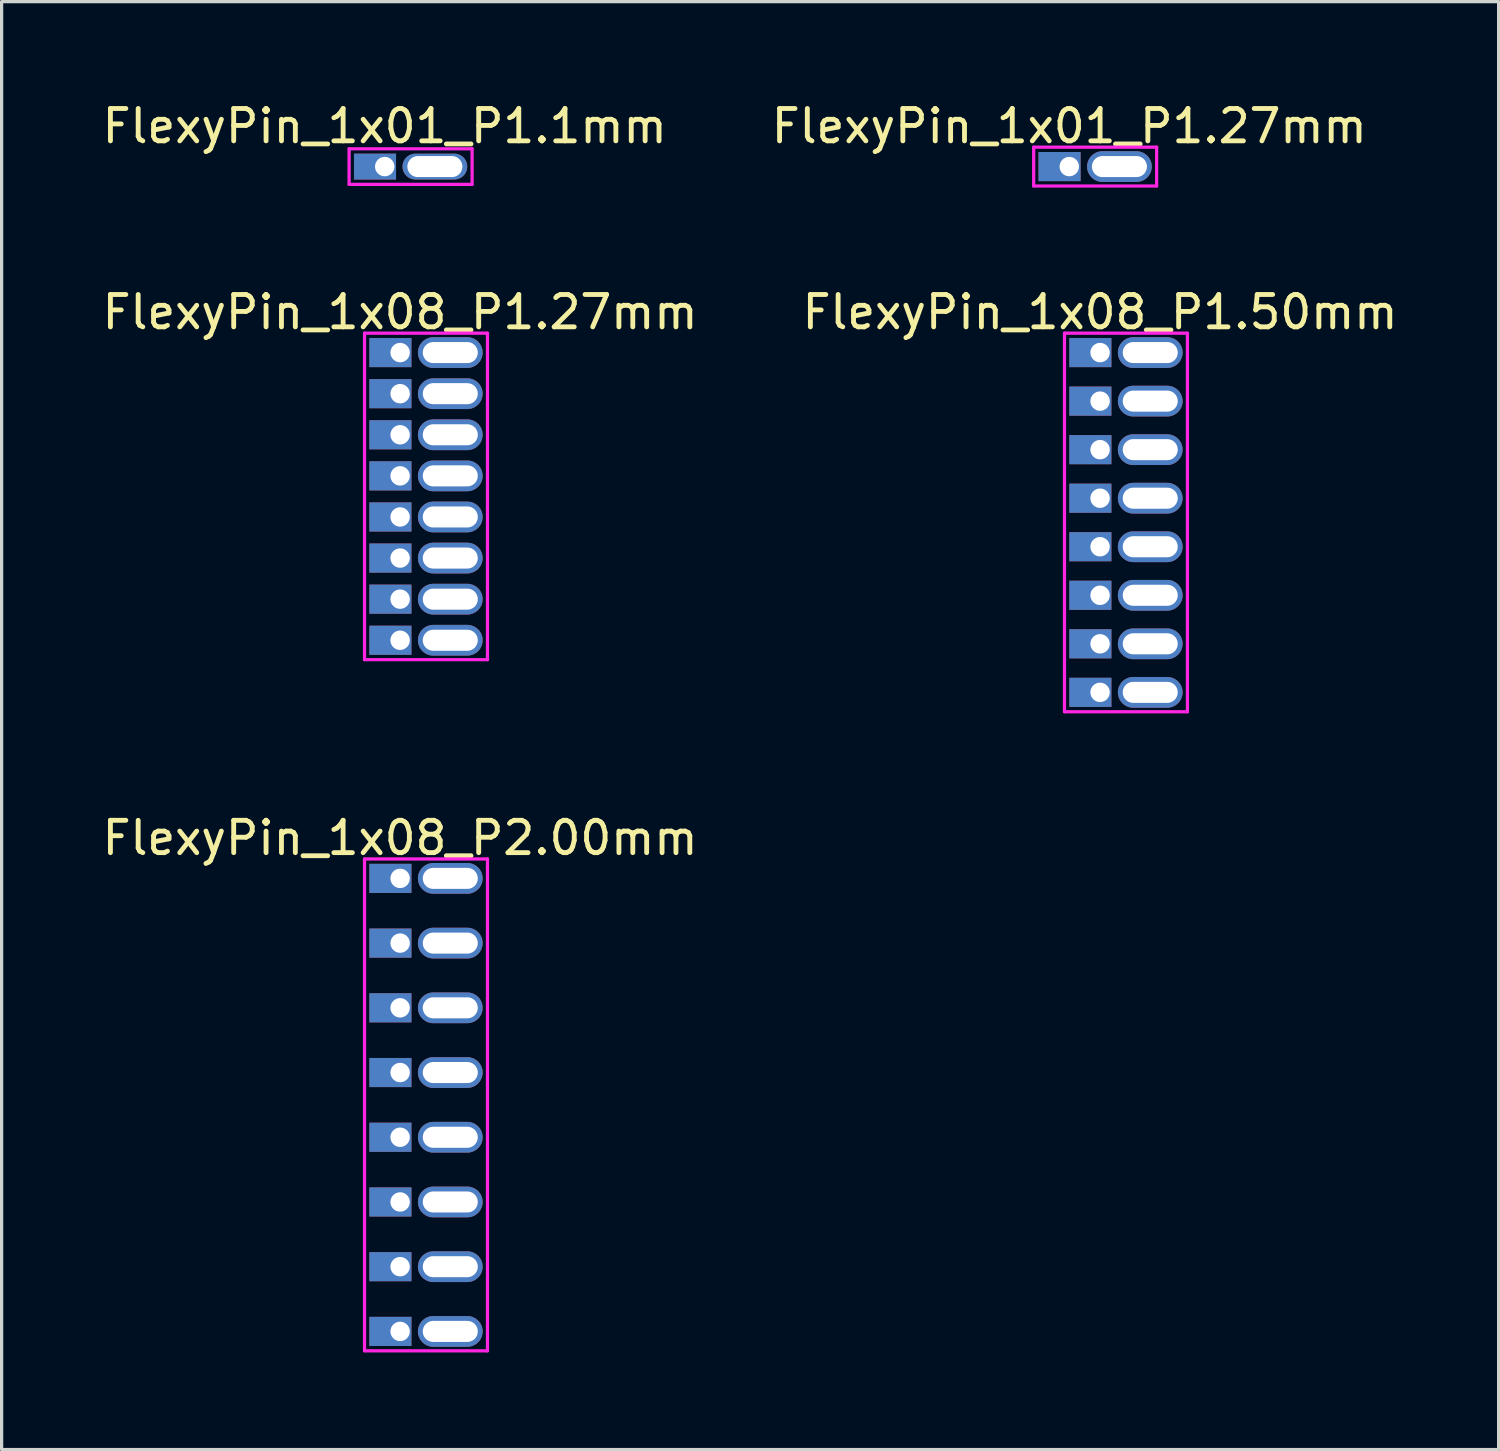
<source format=kicad_pcb>
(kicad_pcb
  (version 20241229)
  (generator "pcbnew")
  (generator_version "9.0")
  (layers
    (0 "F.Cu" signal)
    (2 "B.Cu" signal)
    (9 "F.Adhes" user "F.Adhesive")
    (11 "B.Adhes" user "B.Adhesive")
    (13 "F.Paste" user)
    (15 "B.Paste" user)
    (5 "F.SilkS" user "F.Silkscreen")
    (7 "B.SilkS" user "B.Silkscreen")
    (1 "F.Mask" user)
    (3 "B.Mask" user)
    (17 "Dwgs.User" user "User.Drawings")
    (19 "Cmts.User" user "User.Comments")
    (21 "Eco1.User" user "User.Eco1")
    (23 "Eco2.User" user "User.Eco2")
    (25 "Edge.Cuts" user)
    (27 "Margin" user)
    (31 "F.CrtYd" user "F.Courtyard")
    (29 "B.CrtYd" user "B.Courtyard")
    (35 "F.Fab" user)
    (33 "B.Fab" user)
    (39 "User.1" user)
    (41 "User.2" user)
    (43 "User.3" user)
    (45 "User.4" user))
  (footprint "FlexyPin_1x01_P1.27mm"
    (layer "F.Cu")
    (at 29.994 2.098)
    (property "Reference" "FlexyPin_1x01_P1.27mm" (at 0 -1.25 0) (layer "F.SilkS") (effects (font (size 1 1) (thickness 0.15))))
    (attr through_hole)
    (fp_line (start -1.1 -0.6) (end 2.7 -0.6) (stroke (width 0.1) (type solid)) (layer "F.CrtYd"))
    (fp_line (start -1.1 0.6) (end -1.1 -0.6) (stroke (width 0.1) (type solid)) (layer "F.CrtYd"))
    (fp_line (start 2.7 -0.6) (end 2.7 0.6) (stroke (width 0.1) (type solid)) (layer "F.CrtYd"))
    (fp_line (start 2.7 0.6) (end -1.1 0.6) (stroke (width 0.1) (type solid)) (layer "F.CrtYd"))
    (pad "" thru_hole oval (at 1.55 0) (size 2 0.95) (drill oval 1.7 0.65) (layers "*.Cu" "*.Mask"))
    (pad "1" thru_hole rect (at 0 0) (size 1.3 0.9) (drill 0.6 (offset -0.3 0)) (layers "*.Cu" "*.Mask")))
  (footprint "FlexyPin_1x08_P1.27mm"
    (layer "F.Cu")
    (at 9.315 7.846)
    (property "Reference" "FlexyPin_1x08_P1.27mm" (at 0 -1.25 0) (layer "F.SilkS") (effects (font (size 1 1) (thickness 0.15))))
    (attr through_hole)
    (fp_line (start -1.1 -0.6) (end 2.7 -0.6) (stroke (width 0.1) (type solid)) (layer "F.CrtYd"))
    (fp_line (start -1.1 9.49) (end -1.1 -0.6) (stroke (width 0.1) (type solid)) (layer "F.CrtYd"))
    (fp_line (start 2.7 -0.6) (end 2.7 9.49) (stroke (width 0.1) (type solid)) (layer "F.CrtYd"))
    (fp_line (start 2.7 9.49) (end -1.1 9.49) (stroke (width 0.1) (type solid)) (layer "F.CrtYd"))
    (pad "" thru_hole oval (at 1.55 0) (size 2 0.95) (drill oval 1.7 0.65) (layers "*.Cu" "*.Mask"))
    (pad "" thru_hole oval (at 1.55 1.27) (size 2 0.95) (drill oval 1.7 0.65) (layers "*.Cu" "*.Mask"))
    (pad "" thru_hole oval (at 1.55 2.54) (size 2 0.95) (drill oval 1.7 0.65) (layers "*.Cu" "*.Mask"))
    (pad "" thru_hole oval (at 1.55 3.81) (size 2 0.95) (drill oval 1.7 0.65) (layers "*.Cu" "*.Mask"))
    (pad "" thru_hole oval (at 1.55 5.08) (size 2 0.95) (drill oval 1.7 0.65) (layers "*.Cu" "*.Mask"))
    (pad "" thru_hole oval (at 1.55 6.35) (size 2 0.95) (drill oval 1.7 0.65) (layers "*.Cu" "*.Mask"))
    (pad "" thru_hole oval (at 1.55 7.62) (size 2 0.95) (drill oval 1.7 0.65) (layers "*.Cu" "*.Mask"))
    (pad "" thru_hole oval (at 1.55 8.89) (size 2 0.95) (drill oval 1.7 0.65) (layers "*.Cu" "*.Mask"))
    (pad "1" thru_hole rect (at 0 0) (size 1.3 0.9) (drill 0.6 (offset -0.3 0)) (layers "*.Cu" "*.Mask"))
    (pad "2" thru_hole rect (at 0 1.27) (size 1.3 0.9) (drill 0.6 (offset -0.3 0)) (layers "*.Cu" "*.Mask"))
    (pad "3" thru_hole rect (at 0 2.54) (size 1.3 0.9) (drill 0.6 (offset -0.3 0)) (layers "*.Cu" "*.Mask"))
    (pad "4" thru_hole rect (at 0 3.81) (size 1.3 0.9) (drill 0.6 (offset -0.3 0)) (layers "*.Cu" "*.Mask"))
    (pad "5" thru_hole rect (at 0 5.08) (size 1.3 0.9) (drill 0.6 (offset -0.3 0)) (layers "*.Cu" "*.Mask"))
    (pad "6" thru_hole rect (at 0 6.35) (size 1.3 0.9) (drill 0.6 (offset -0.3 0)) (layers "*.Cu" "*.Mask"))
    (pad "7" thru_hole rect (at 0 7.62) (size 1.3 0.9) (drill 0.6 (offset -0.3 0)) (layers "*.Cu" "*.Mask"))
    (pad "8" thru_hole rect (at 0 8.89) (size 1.3 0.9) (drill 0.6 (offset -0.3 0)) (layers "*.Cu" "*.Mask")))
  (footprint "FlexyPin_1x01_P1.1mm"
    (layer "F.Cu")
    (at 8.839 2.098)
    (property "Reference" "FlexyPin_1x01_P1.1mm" (at 0 -1.25 0) (layer "F.SilkS") (effects (font (size 1 1) (thickness 0.15))))
    (attr through_hole)
    (fp_line (start -1.1 -0.55) (end 2.7 -0.55) (stroke (width 0.1) (type solid)) (layer "F.CrtYd"))
    (fp_line (start -1.1 0.55) (end -1.1 -0.55) (stroke (width 0.1) (type solid)) (layer "F.CrtYd"))
    (fp_line (start 2.7 -0.55) (end 2.7 0.55) (stroke (width 0.1) (type solid)) (layer "F.CrtYd"))
    (fp_line (start 2.7 0.55) (end -1.1 0.55) (stroke (width 0.1) (type solid)) (layer "F.CrtYd"))
    (pad "" thru_hole oval (at 1.55 0) (size 2 0.8) (drill oval 1.7 0.65) (layers "*.Cu" "*.Mask"))
    (pad "1" thru_hole rect (at 0 0) (size 1.3 0.8) (drill 0.6 (offset -0.3 0)) (layers "*.Cu" "*.Mask")))
  (footprint "FlexyPin_1x08_P1.50mm"
    (layer "F.Cu")
    (at 30.946 7.846)
    (property "Reference" "FlexyPin_1x08_P1.50mm" (at 0 -1.25 0) (layer "F.SilkS") (effects (font (size 1 1) (thickness 0.15))))
    (attr through_hole)
    (fp_line (start -1.1 -0.6) (end 2.7 -0.6) (stroke (width 0.1) (type solid)) (layer "F.CrtYd"))
    (fp_line (start -1.1 11.1) (end -1.1 -0.6) (stroke (width 0.1) (type solid)) (layer "F.CrtYd"))
    (fp_line (start 2.7 -0.6) (end 2.7 11.1) (stroke (width 0.1) (type solid)) (layer "F.CrtYd"))
    (fp_line (start 2.7 11.1) (end -1.1 11.1) (stroke (width 0.1) (type solid)) (layer "F.CrtYd"))
    (pad "" thru_hole oval (at 1.55 0) (size 2 0.95) (drill oval 1.7 0.65) (layers "*.Cu" "*.Mask"))
    (pad "" thru_hole oval (at 1.55 1.5) (size 2 0.95) (drill oval 1.7 0.65) (layers "*.Cu" "*.Mask"))
    (pad "" thru_hole oval (at 1.55 3) (size 2 0.95) (drill oval 1.7 0.65) (layers "*.Cu" "*.Mask"))
    (pad "" thru_hole oval (at 1.55 4.5) (size 2 0.95) (drill oval 1.7 0.65) (layers "*.Cu" "*.Mask"))
    (pad "" thru_hole oval (at 1.55 6) (size 2 0.95) (drill oval 1.7 0.65) (layers "*.Cu" "*.Mask"))
    (pad "" thru_hole oval (at 1.55 7.5) (size 2 0.95) (drill oval 1.7 0.65) (layers "*.Cu" "*.Mask"))
    (pad "" thru_hole oval (at 1.55 9) (size 2 0.95) (drill oval 1.7 0.65) (layers "*.Cu" "*.Mask"))
    (pad "" thru_hole oval (at 1.55 10.5) (size 2 0.95) (drill oval 1.7 0.65) (layers "*.Cu" "*.Mask"))
    (pad "1" thru_hole rect (at 0 0) (size 1.3 0.9) (drill 0.6 (offset -0.3 0)) (layers "*.Cu" "*.Mask"))
    (pad "2" thru_hole rect (at 0 1.5) (size 1.3 0.9) (drill 0.6 (offset -0.3 0)) (layers "*.Cu" "*.Mask"))
    (pad "3" thru_hole rect (at 0 3) (size 1.3 0.9) (drill 0.6 (offset -0.3 0)) (layers "*.Cu" "*.Mask"))
    (pad "4" thru_hole rect (at 0 4.5) (size 1.3 0.9) (drill 0.6 (offset -0.3 0)) (layers "*.Cu" "*.Mask"))
    (pad "5" thru_hole rect (at 0 6) (size 1.3 0.9) (drill 0.6 (offset -0.3 0)) (layers "*.Cu" "*.Mask"))
    (pad "6" thru_hole rect (at 0 7.5) (size 1.3 0.9) (drill 0.6 (offset -0.3 0)) (layers "*.Cu" "*.Mask"))
    (pad "7" thru_hole rect (at 0 9) (size 1.3 0.9) (drill 0.6 (offset -0.3 0)) (layers "*.Cu" "*.Mask"))
    (pad "8" thru_hole rect (at 0 10.5) (size 1.3 0.9) (drill 0.6 (offset -0.3 0)) (layers "*.Cu" "*.Mask")))
  (footprint "FlexyPin_1x08_P2.00mm"
    (layer "F.Cu")
    (at 9.315 24.095)
    (property "Reference" "FlexyPin_1x08_P2.00mm" (at 0 -1.25 0) (layer "F.SilkS") (effects (font (size 1 1) (thickness 0.15))))
    (attr through_hole)
    (fp_line (start -1.1 -0.6) (end 2.7 -0.6) (stroke (width 0.1) (type solid)) (layer "F.CrtYd"))
    (fp_line (start -1.1 14.6) (end -1.1 -0.6) (stroke (width 0.1) (type solid)) (layer "F.CrtYd"))
    (fp_line (start 2.7 -0.6) (end 2.7 14.6) (stroke (width 0.1) (type solid)) (layer "F.CrtYd"))
    (fp_line (start 2.7 14.6) (end -1.1 14.6) (stroke (width 0.1) (type solid)) (layer "F.CrtYd"))
    (pad "" thru_hole oval (at 1.55 0) (size 2 0.95) (drill oval 1.7 0.65) (layers "*.Cu" "*.Mask"))
    (pad "" thru_hole oval (at 1.55 2) (size 2 0.95) (drill oval 1.7 0.65) (layers "*.Cu" "*.Mask"))
    (pad "" thru_hole oval (at 1.55 4) (size 2 0.95) (drill oval 1.7 0.65) (layers "*.Cu" "*.Mask"))
    (pad "" thru_hole oval (at 1.55 6) (size 2 0.95) (drill oval 1.7 0.65) (layers "*.Cu" "*.Mask"))
    (pad "" thru_hole oval (at 1.55 8) (size 2 0.95) (drill oval 1.7 0.65) (layers "*.Cu" "*.Mask"))
    (pad "" thru_hole oval (at 1.55 10) (size 2 0.95) (drill oval 1.7 0.65) (layers "*.Cu" "*.Mask"))
    (pad "" thru_hole oval (at 1.55 12) (size 2 0.95) (drill oval 1.7 0.65) (layers "*.Cu" "*.Mask"))
    (pad "" thru_hole oval (at 1.55 14) (size 2 0.95) (drill oval 1.7 0.65) (layers "*.Cu" "*.Mask"))
    (pad "1" thru_hole rect (at 0 0) (size 1.3 0.9) (drill 0.6 (offset -0.3 0)) (layers "*.Cu" "*.Mask"))
    (pad "2" thru_hole rect (at 0 2) (size 1.3 0.9) (drill 0.6 (offset -0.3 0)) (layers "*.Cu" "*.Mask"))
    (pad "3" thru_hole rect (at 0 4) (size 1.3 0.9) (drill 0.6 (offset -0.3 0)) (layers "*.Cu" "*.Mask"))
    (pad "4" thru_hole rect (at 0 6) (size 1.3 0.9) (drill 0.6 (offset -0.3 0)) (layers "*.Cu" "*.Mask"))
    (pad "5" thru_hole rect (at 0 8) (size 1.3 0.9) (drill 0.6 (offset -0.3 0)) (layers "*.Cu" "*.Mask"))
    (pad "6" thru_hole rect (at 0 10) (size 1.3 0.9) (drill 0.6 (offset -0.3 0)) (layers "*.Cu" "*.Mask"))
    (pad "7" thru_hole rect (at 0 12) (size 1.3 0.9) (drill 0.6 (offset -0.3 0)) (layers "*.Cu" "*.Mask"))
    (pad "8" thru_hole rect (at 0 14) (size 1.3 0.9) (drill 0.6 (offset -0.3 0)) (layers "*.Cu" "*.Mask")))
  (gr_rect
    (start -3 -3)
    (end 43.262 41.745)
    (stroke (width 0.1) (type default))
    (fill no)
    (layer "Edge.Cuts")))
</source>
